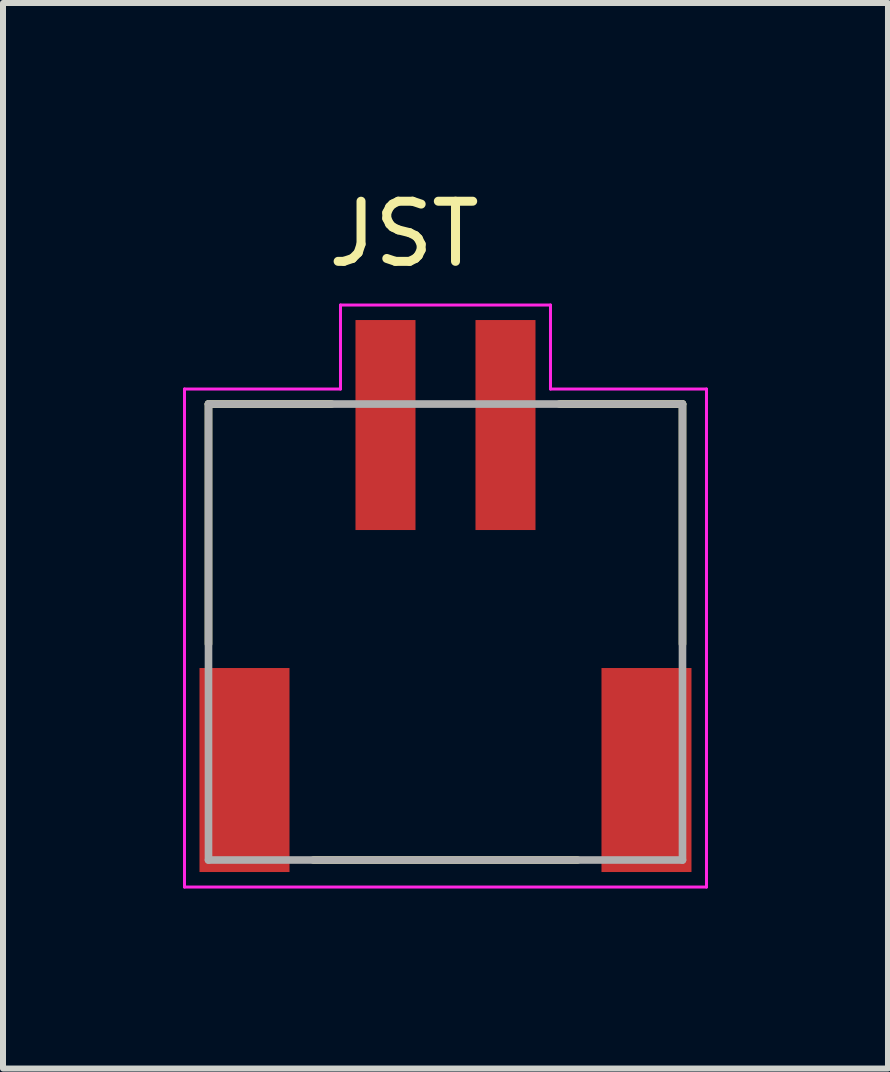
<source format=kicad_pcb>
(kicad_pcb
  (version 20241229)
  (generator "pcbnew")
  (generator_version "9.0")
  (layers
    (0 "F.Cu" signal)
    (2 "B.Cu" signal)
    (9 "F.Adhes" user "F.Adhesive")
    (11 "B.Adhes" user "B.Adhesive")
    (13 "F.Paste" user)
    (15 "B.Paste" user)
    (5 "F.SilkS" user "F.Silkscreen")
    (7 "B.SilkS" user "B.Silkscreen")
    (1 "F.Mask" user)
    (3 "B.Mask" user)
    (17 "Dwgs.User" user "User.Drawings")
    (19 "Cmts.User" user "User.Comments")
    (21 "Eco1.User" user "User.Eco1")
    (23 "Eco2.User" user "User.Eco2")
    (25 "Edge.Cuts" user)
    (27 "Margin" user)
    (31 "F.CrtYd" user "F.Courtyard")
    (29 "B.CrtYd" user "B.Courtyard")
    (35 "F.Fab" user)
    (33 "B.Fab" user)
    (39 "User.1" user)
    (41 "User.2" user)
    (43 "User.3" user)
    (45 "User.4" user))
  (footprint "JST"
    (layer "F.Cu")
    (at 4.375 4.034)
    (property "Reference" "JST" (at -0.692 -3.184 0) (layer "F.SilkS") (effects (font (size 1.002 1.002) (thickness 0.15))))
    (attr smd)
    (fp_line (start -3.95 -0.35) (end -3.95 3.65) (stroke (width 0.127) (type solid)) (layer "F.SilkS"))
    (fp_line (start -2.2 7.25) (end 2.2 7.25) (stroke (width 0.127) (type solid)) (layer "F.SilkS"))
    (fp_line (start -1.9 -0.35) (end -3.95 -0.35) (stroke (width 0.127) (type solid)) (layer "F.SilkS"))
    (fp_line (start 3.95 -0.35) (end 1.9 -0.35) (stroke (width 0.127) (type solid)) (layer "F.SilkS"))
    (fp_line (start 3.95 3.65) (end 3.95 -0.35) (stroke (width 0.127) (type solid)) (layer "F.SilkS"))
    (fp_line (start -4.35 -0.6) (end -1.75 -0.6) (stroke (width 0.05) (type solid)) (layer "F.CrtYd"))
    (fp_line (start -4.35 7.7) (end -4.35 -0.6) (stroke (width 0.05) (type solid)) (layer "F.CrtYd"))
    (fp_line (start -1.75 -2) (end 1.75 -2) (stroke (width 0.05) (type solid)) (layer "F.CrtYd"))
    (fp_line (start -1.75 -0.6) (end -1.75 -2) (stroke (width 0.05) (type solid)) (layer "F.CrtYd"))
    (fp_line (start 1.75 -2) (end 1.75 -0.6) (stroke (width 0.05) (type solid)) (layer "F.CrtYd"))
    (fp_line (start 1.75 -0.6) (end 4.35 -0.6) (stroke (width 0.05) (type solid)) (layer "F.CrtYd"))
    (fp_line (start 4.35 -0.6) (end 4.35 7.7) (stroke (width 0.05) (type solid)) (layer "F.CrtYd"))
    (fp_line (start 4.35 7.7) (end -4.35 7.7) (stroke (width 0.05) (type solid)) (layer "F.CrtYd"))
    (fp_line (start -3.95 -0.35) (end 3.95 -0.35) (stroke (width 0.127) (type solid)) (layer "F.Fab"))
    (fp_line (start -3.95 7.25) (end -3.95 -0.35) (stroke (width 0.127) (type solid)) (layer "F.Fab"))
    (fp_line (start 3.95 -0.35) (end 3.95 7.25) (stroke (width 0.127) (type solid)) (layer "F.Fab"))
    (fp_line (start 3.95 7.25) (end -3.95 7.25) (stroke (width 0.127) (type solid)) (layer "F.Fab"))
    (pad "1" smd rect (at -1 0 180) (size 1 3.5) (layers "F.Cu" "F.Mask" "F.Paste"))
    (pad "2" smd rect (at 1 0 180) (size 1 3.5) (layers "F.Cu" "F.Mask" "F.Paste"))
    (pad "S1" smd rect (at -3.35 5.75 180) (size 1.5 3.4) (layers "F.Cu" "F.Mask" "F.Paste"))
    (pad "S2" smd rect (at 3.35 5.75 180) (size 1.5 3.4) (layers "F.Cu" "F.Mask" "F.Paste")))
  (gr_rect
    (start -3 -3)
    (end 11.75 14.759)
    (stroke (width 0.1) (type default))
    (fill no)
    (layer "Edge.Cuts")))
</source>
